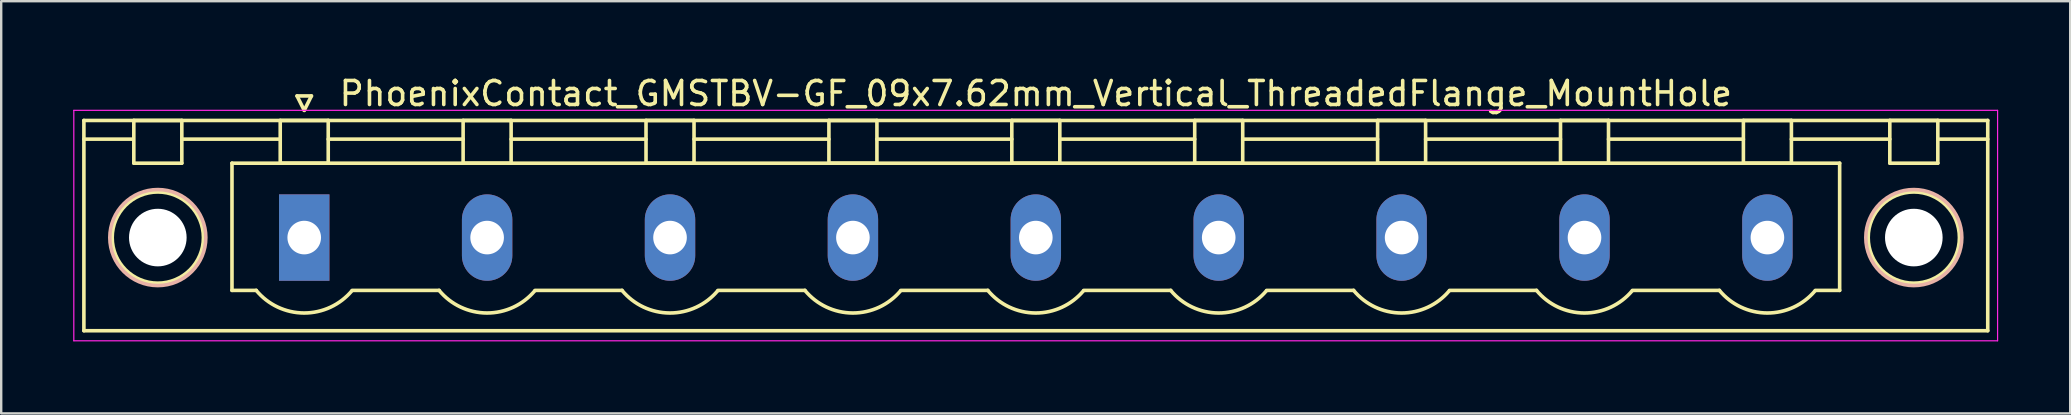
<source format=kicad_pcb>
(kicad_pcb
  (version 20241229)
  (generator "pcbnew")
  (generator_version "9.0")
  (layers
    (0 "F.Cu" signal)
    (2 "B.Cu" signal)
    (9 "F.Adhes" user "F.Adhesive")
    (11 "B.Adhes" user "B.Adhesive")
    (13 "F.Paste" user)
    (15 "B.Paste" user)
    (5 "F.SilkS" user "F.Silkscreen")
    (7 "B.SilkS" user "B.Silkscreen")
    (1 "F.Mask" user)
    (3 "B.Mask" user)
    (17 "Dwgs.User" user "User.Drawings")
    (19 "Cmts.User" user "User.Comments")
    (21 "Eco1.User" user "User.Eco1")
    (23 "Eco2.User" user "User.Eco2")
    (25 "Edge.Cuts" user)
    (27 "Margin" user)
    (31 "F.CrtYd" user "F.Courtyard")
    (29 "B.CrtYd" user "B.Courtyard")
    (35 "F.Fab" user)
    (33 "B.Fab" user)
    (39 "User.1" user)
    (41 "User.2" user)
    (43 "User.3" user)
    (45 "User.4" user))
  (footprint "PhoenixContact_GMSTBV-GF_09x7.62mm_Vertical_ThreadedFlange_MountHole"
    (layer "F.Cu")
    (at 9.625 6.848)
    (property "Reference" "PhoenixContact_GMSTBV-GF_09x7.62mm_Vertical_ThreadedFlange_MountHole" (at 30.48 -6 0) (layer "F.SilkS") (effects (font (size 1 1) (thickness 0.15))))
    (attr through_hole)
    (fp_line (start -9.18 -4.88) (end -9.18 3.88) (stroke (width 0.15) (type solid)) (layer "F.SilkS"))
    (fp_line (start -9.18 -4.1) (end -7.18 -4.1) (stroke (width 0.15) (type solid)) (layer "F.SilkS"))
    (fp_line (start -9.18 3.88) (end 70.14 3.88) (stroke (width 0.15) (type solid)) (layer "F.SilkS"))
    (fp_line (start -7.1 -4.88) (end -5.1 -4.88) (stroke (width 0.15) (type solid)) (layer "F.SilkS"))
    (fp_line (start -7.1 -3.1) (end -7.1 -4.88) (stroke (width 0.15) (type solid)) (layer "F.SilkS"))
    (fp_line (start -5.1 -4.88) (end -5.1 -3.1) (stroke (width 0.15) (type solid)) (layer "F.SilkS"))
    (fp_line (start -5.1 -4.1) (end -1 -4.1) (stroke (width 0.15) (type solid)) (layer "F.SilkS"))
    (fp_line (start -5.1 -3.1) (end -7.1 -3.1) (stroke (width 0.15) (type solid)) (layer "F.SilkS"))
    (fp_line (start -3.01 -3.1) (end 63.97 -3.1) (stroke (width 0.15) (type solid)) (layer "F.SilkS"))
    (fp_line (start -3.01 2.2) (end -3.01 -3.1) (stroke (width 0.15) (type solid)) (layer "F.SilkS"))
    (fp_line (start -2 2.2) (end -3.01 2.2) (stroke (width 0.15) (type solid)) (layer "F.SilkS"))
    (fp_line (start -1 -4.88) (end 1 -4.88) (stroke (width 0.15) (type solid)) (layer "F.SilkS"))
    (fp_line (start -1 -3.1) (end -1 -4.88) (stroke (width 0.15) (type solid)) (layer "F.SilkS"))
    (fp_line (start -0.3 -5.9) (end 0 -5.3) (stroke (width 0.15) (type solid)) (layer "F.SilkS"))
    (fp_line (start 0 -5.3) (end 0.3 -5.9) (stroke (width 0.15) (type solid)) (layer "F.SilkS"))
    (fp_line (start 0.3 -5.9) (end -0.3 -5.9) (stroke (width 0.15) (type solid)) (layer "F.SilkS"))
    (fp_line (start 1 -4.88) (end 1 -3.1) (stroke (width 0.15) (type solid)) (layer "F.SilkS"))
    (fp_line (start 1 -4.1) (end 6.62 -4.1) (stroke (width 0.15) (type solid)) (layer "F.SilkS"))
    (fp_line (start 1 -3.1) (end -1 -3.1) (stroke (width 0.15) (type solid)) (layer "F.SilkS"))
    (fp_line (start 2 2.2) (end 5.62 2.2) (stroke (width 0.15) (type solid)) (layer "F.SilkS"))
    (fp_line (start 6.62 -4.88) (end 8.62 -4.88) (stroke (width 0.15) (type solid)) (layer "F.SilkS"))
    (fp_line (start 6.62 -3.1) (end 6.62 -4.88) (stroke (width 0.15) (type solid)) (layer "F.SilkS"))
    (fp_line (start 8.62 -4.88) (end 8.62 -3.1) (stroke (width 0.15) (type solid)) (layer "F.SilkS"))
    (fp_line (start 8.62 -4.1) (end 14.24 -4.1) (stroke (width 0.15) (type solid)) (layer "F.SilkS"))
    (fp_line (start 8.62 -3.1) (end 6.62 -3.1) (stroke (width 0.15) (type solid)) (layer "F.SilkS"))
    (fp_line (start 9.62 2.2) (end 13.24 2.2) (stroke (width 0.15) (type solid)) (layer "F.SilkS"))
    (fp_line (start 14.24 -4.88) (end 16.24 -4.88) (stroke (width 0.15) (type solid)) (layer "F.SilkS"))
    (fp_line (start 14.24 -3.1) (end 14.24 -4.88) (stroke (width 0.15) (type solid)) (layer "F.SilkS"))
    (fp_line (start 16.24 -4.88) (end 16.24 -3.1) (stroke (width 0.15) (type solid)) (layer "F.SilkS"))
    (fp_line (start 16.24 -4.1) (end 21.86 -4.1) (stroke (width 0.15) (type solid)) (layer "F.SilkS"))
    (fp_line (start 16.24 -3.1) (end 14.24 -3.1) (stroke (width 0.15) (type solid)) (layer "F.SilkS"))
    (fp_line (start 17.24 2.2) (end 20.86 2.2) (stroke (width 0.15) (type solid)) (layer "F.SilkS"))
    (fp_line (start 21.86 -4.88) (end 23.86 -4.88) (stroke (width 0.15) (type solid)) (layer "F.SilkS"))
    (fp_line (start 21.86 -3.1) (end 21.86 -4.88) (stroke (width 0.15) (type solid)) (layer "F.SilkS"))
    (fp_line (start 23.86 -4.88) (end 23.86 -3.1) (stroke (width 0.15) (type solid)) (layer "F.SilkS"))
    (fp_line (start 23.86 -4.1) (end 29.48 -4.1) (stroke (width 0.15) (type solid)) (layer "F.SilkS"))
    (fp_line (start 23.86 -3.1) (end 21.86 -3.1) (stroke (width 0.15) (type solid)) (layer "F.SilkS"))
    (fp_line (start 24.86 2.2) (end 28.48 2.2) (stroke (width 0.15) (type solid)) (layer "F.SilkS"))
    (fp_line (start 29.48 -4.88) (end 31.48 -4.88) (stroke (width 0.15) (type solid)) (layer "F.SilkS"))
    (fp_line (start 29.48 -3.1) (end 29.48 -4.88) (stroke (width 0.15) (type solid)) (layer "F.SilkS"))
    (fp_line (start 31.48 -4.88) (end 31.48 -3.1) (stroke (width 0.15) (type solid)) (layer "F.SilkS"))
    (fp_line (start 31.48 -4.1) (end 37.1 -4.1) (stroke (width 0.15) (type solid)) (layer "F.SilkS"))
    (fp_line (start 31.48 -3.1) (end 29.48 -3.1) (stroke (width 0.15) (type solid)) (layer "F.SilkS"))
    (fp_line (start 32.48 2.2) (end 36.1 2.2) (stroke (width 0.15) (type solid)) (layer "F.SilkS"))
    (fp_line (start 37.1 -4.88) (end 39.1 -4.88) (stroke (width 0.15) (type solid)) (layer "F.SilkS"))
    (fp_line (start 37.1 -3.1) (end 37.1 -4.88) (stroke (width 0.15) (type solid)) (layer "F.SilkS"))
    (fp_line (start 39.1 -4.88) (end 39.1 -3.1) (stroke (width 0.15) (type solid)) (layer "F.SilkS"))
    (fp_line (start 39.1 -4.1) (end 44.72 -4.1) (stroke (width 0.15) (type solid)) (layer "F.SilkS"))
    (fp_line (start 39.1 -3.1) (end 37.1 -3.1) (stroke (width 0.15) (type solid)) (layer "F.SilkS"))
    (fp_line (start 40.1 2.2) (end 43.72 2.2) (stroke (width 0.15) (type solid)) (layer "F.SilkS"))
    (fp_line (start 44.72 -4.88) (end 46.72 -4.88) (stroke (width 0.15) (type solid)) (layer "F.SilkS"))
    (fp_line (start 44.72 -3.1) (end 44.72 -4.88) (stroke (width 0.15) (type solid)) (layer "F.SilkS"))
    (fp_line (start 46.72 -4.88) (end 46.72 -3.1) (stroke (width 0.15) (type solid)) (layer "F.SilkS"))
    (fp_line (start 46.72 -4.1) (end 52.34 -4.1) (stroke (width 0.15) (type solid)) (layer "F.SilkS"))
    (fp_line (start 46.72 -3.1) (end 44.72 -3.1) (stroke (width 0.15) (type solid)) (layer "F.SilkS"))
    (fp_line (start 47.72 2.2) (end 51.34 2.2) (stroke (width 0.15) (type solid)) (layer "F.SilkS"))
    (fp_line (start 52.34 -4.88) (end 54.34 -4.88) (stroke (width 0.15) (type solid)) (layer "F.SilkS"))
    (fp_line (start 52.34 -3.1) (end 52.34 -4.88) (stroke (width 0.15) (type solid)) (layer "F.SilkS"))
    (fp_line (start 54.34 -4.88) (end 54.34 -3.1) (stroke (width 0.15) (type solid)) (layer "F.SilkS"))
    (fp_line (start 54.34 -4.1) (end 59.96 -4.1) (stroke (width 0.15) (type solid)) (layer "F.SilkS"))
    (fp_line (start 54.34 -3.1) (end 52.34 -3.1) (stroke (width 0.15) (type solid)) (layer "F.SilkS"))
    (fp_line (start 55.34 2.2) (end 58.96 2.2) (stroke (width 0.15) (type solid)) (layer "F.SilkS"))
    (fp_line (start 59.96 -4.88) (end 61.96 -4.88) (stroke (width 0.15) (type solid)) (layer "F.SilkS"))
    (fp_line (start 59.96 -3.1) (end 59.96 -4.88) (stroke (width 0.15) (type solid)) (layer "F.SilkS"))
    (fp_line (start 61.96 -4.88) (end 61.96 -3.1) (stroke (width 0.15) (type solid)) (layer "F.SilkS"))
    (fp_line (start 61.96 -4.1) (end 66.06 -4.1) (stroke (width 0.15) (type solid)) (layer "F.SilkS"))
    (fp_line (start 61.96 -3.1) (end 59.96 -3.1) (stroke (width 0.15) (type solid)) (layer "F.SilkS"))
    (fp_line (start 63.97 -3.1) (end 63.97 2.2) (stroke (width 0.15) (type solid)) (layer "F.SilkS"))
    (fp_line (start 63.97 2.2) (end 62.96 2.2) (stroke (width 0.15) (type solid)) (layer "F.SilkS"))
    (fp_line (start 66.06 -4.88) (end 68.06 -4.88) (stroke (width 0.15) (type solid)) (layer "F.SilkS"))
    (fp_line (start 66.06 -3.1) (end 66.06 -4.88) (stroke (width 0.15) (type solid)) (layer "F.SilkS"))
    (fp_line (start 68.06 -4.88) (end 68.06 -3.1) (stroke (width 0.15) (type solid)) (layer "F.SilkS"))
    (fp_line (start 68.06 -3.1) (end 66.06 -3.1) (stroke (width 0.15) (type solid)) (layer "F.SilkS"))
    (fp_line (start 70.14 -4.88) (end -9.18 -4.88) (stroke (width 0.15) (type solid)) (layer "F.SilkS"))
    (fp_line (start 70.14 -4.1) (end 68.14 -4.1) (stroke (width 0.15) (type solid)) (layer "F.SilkS"))
    (fp_line (start 70.14 3.88) (end 70.14 -4.88) (stroke (width 0.15) (type solid)) (layer "F.SilkS"))
    (fp_arc (start 1.986842 2.215821) (mid -0.010289 3.142758) (end -2 2.2) (stroke (width 0.15) (type solid)) (layer "F.SilkS"))
    (fp_arc (start 9.606842 2.215821) (mid 7.609711 3.142758) (end 5.62 2.2) (stroke (width 0.15) (type solid)) (layer "F.SilkS"))
    (fp_arc (start 17.226842 2.215821) (mid 15.229711 3.142758) (end 13.24 2.2) (stroke (width 0.15) (type solid)) (layer "F.SilkS"))
    (fp_arc (start 24.846842 2.215821) (mid 22.849711 3.142758) (end 20.86 2.2) (stroke (width 0.15) (type solid)) (layer "F.SilkS"))
    (fp_arc (start 32.466842 2.215821) (mid 30.469711 3.142758) (end 28.48 2.2) (stroke (width 0.15) (type solid)) (layer "F.SilkS"))
    (fp_arc (start 40.086842 2.215821) (mid 38.089711 3.142758) (end 36.1 2.2) (stroke (width 0.15) (type solid)) (layer "F.SilkS"))
    (fp_arc (start 47.706842 2.215821) (mid 45.709711 3.142758) (end 43.72 2.2) (stroke (width 0.15) (type solid)) (layer "F.SilkS"))
    (fp_arc (start 55.326842 2.215821) (mid 53.329711 3.142758) (end 51.34 2.2) (stroke (width 0.15) (type solid)) (layer "F.SilkS"))
    (fp_arc (start 62.946842 2.215821) (mid 60.949711 3.142758) (end 58.96 2.2) (stroke (width 0.15) (type solid)) (layer "F.SilkS"))
    (fp_circle (center -6.1 0) (end -4.2 0) (stroke (width 0.15) (type solid)) (fill no) (layer "F.SilkS"))
    (fp_circle (center 67.06 0) (end 68.96 0) (stroke (width 0.15) (type solid)) (fill no) (layer "F.SilkS"))
    (fp_circle (center -6.1 0) (end -4.1 0) (stroke (width 0.15) (type solid)) (fill no) (layer "B.SilkS"))
    (fp_circle (center 67.06 0) (end 69.06 0) (stroke (width 0.15) (type solid)) (fill no) (layer "B.SilkS"))
    (fp_line (start -9.6 -5.3) (end -9.6 4.3) (stroke (width 0.05) (type solid)) (layer "F.CrtYd"))
    (fp_line (start -9.6 4.3) (end 70.55 4.3) (stroke (width 0.05) (type solid)) (layer "F.CrtYd"))
    (fp_line (start 70.55 -5.3) (end -9.6 -5.3) (stroke (width 0.05) (type solid)) (layer "F.CrtYd"))
    (fp_line (start 70.55 4.3) (end 70.55 -5.3) (stroke (width 0.05) (type solid)) (layer "F.CrtYd"))
    (pad "" np_thru_hole circle (at -6.1 0) (size 2.4 2.4) (drill 2.4) (layers "*.Cu" "*.Mask"))
    (pad "" np_thru_hole circle (at 67.06 0) (size 2.4 2.4) (drill 2.4) (layers "*.Cu" "*.Mask"))
    (pad "1" thru_hole rect (at 0 0) (size 2.1 3.6) (drill 1.4) (layers "*.Cu" "*.Mask"))
    (pad "2" thru_hole oval (at 7.62 0) (size 2.1 3.6) (drill 1.4) (layers "*.Cu" "*.Mask"))
    (pad "3" thru_hole oval (at 15.24 0) (size 2.1 3.6) (drill 1.4) (layers "*.Cu" "*.Mask"))
    (pad "4" thru_hole oval (at 22.86 0) (size 2.1 3.6) (drill 1.4) (layers "*.Cu" "*.Mask"))
    (pad "5" thru_hole oval (at 30.48 0) (size 2.1 3.6) (drill 1.4) (layers "*.Cu" "*.Mask"))
    (pad "6" thru_hole oval (at 38.1 0) (size 2.1 3.6) (drill 1.4) (layers "*.Cu" "*.Mask"))
    (pad "7" thru_hole oval (at 45.72 0) (size 2.1 3.6) (drill 1.4) (layers "*.Cu" "*.Mask"))
    (pad "8" thru_hole oval (at 53.34 0) (size 2.1 3.6) (drill 1.4) (layers "*.Cu" "*.Mask"))
    (pad "9" thru_hole oval (at 60.96 0) (size 2.1 3.6) (drill 1.4) (layers "*.Cu" "*.Mask")))
  (gr_rect
    (start -3 -3)
    (end 83.2 14.173)
    (stroke (width 0.1) (type default))
    (fill no)
    (layer "Edge.Cuts")))
</source>
